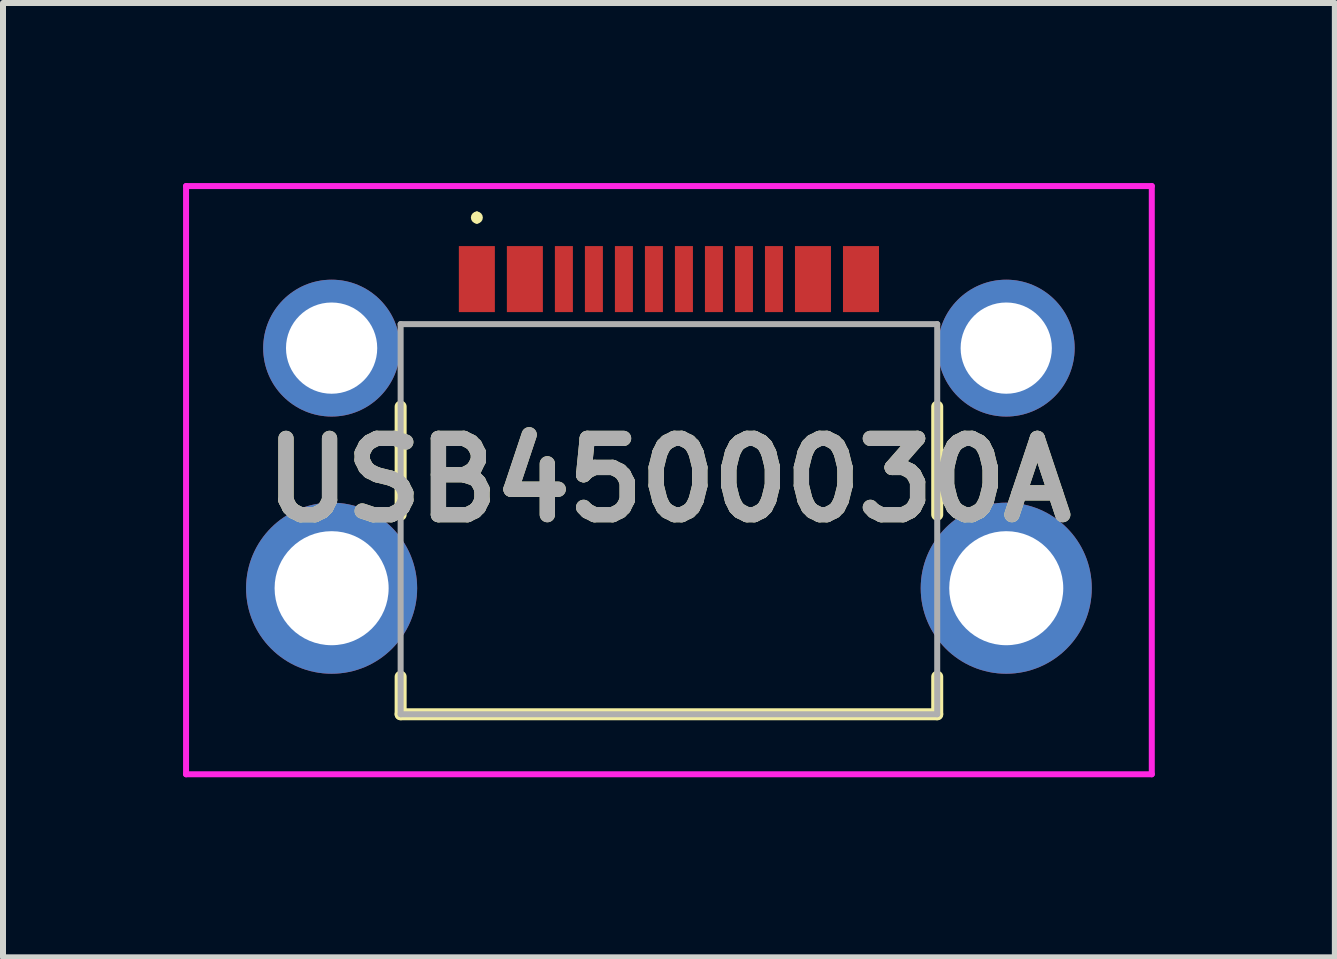
<source format=kicad_pcb>
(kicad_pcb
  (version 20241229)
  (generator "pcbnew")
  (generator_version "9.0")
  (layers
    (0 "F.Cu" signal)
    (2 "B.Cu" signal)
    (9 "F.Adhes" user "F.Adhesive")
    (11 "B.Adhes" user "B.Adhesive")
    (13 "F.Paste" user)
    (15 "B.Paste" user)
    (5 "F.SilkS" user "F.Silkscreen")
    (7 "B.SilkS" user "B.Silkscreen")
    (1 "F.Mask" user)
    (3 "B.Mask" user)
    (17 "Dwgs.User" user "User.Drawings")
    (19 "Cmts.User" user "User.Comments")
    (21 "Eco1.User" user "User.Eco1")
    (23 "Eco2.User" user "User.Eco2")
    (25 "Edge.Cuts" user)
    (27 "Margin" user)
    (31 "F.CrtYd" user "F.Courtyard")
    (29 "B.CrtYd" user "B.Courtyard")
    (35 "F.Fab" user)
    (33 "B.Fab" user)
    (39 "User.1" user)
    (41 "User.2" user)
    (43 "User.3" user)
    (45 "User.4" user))
  (footprint "USB4500030A"
    (layer "F.Cu")
    (at 8.095 5.6)
    (property "Reference" "USB4500030A" (at 0 -0.65 0) (layer "F.SilkS") (effects (font (size 1.27 1.27) (thickness 0.254))))
    (attr through_hole)
    (fp_line (start -4.47 -1.875) (end -4.47 -0.075) (stroke (width 0.2) (type solid)) (layer "F.SilkS"))
    (fp_line (start -4.47 2.625) (end -4.47 3.25) (stroke (width 0.2) (type solid)) (layer "F.SilkS"))
    (fp_line (start -4.47 3.25) (end 4.47 3.25) (stroke (width 0.2) (type solid)) (layer "F.SilkS"))
    (fp_line (start -3.2 -5.075) (end -3.2 -5.075) (stroke (width 0.1) (type solid)) (layer "F.SilkS"))
    (fp_line (start -3.2 -4.975) (end -3.2 -4.975) (stroke (width 0.1) (type solid)) (layer "F.SilkS"))
    (fp_line (start 4.47 -1.875) (end 4.47 -0.075) (stroke (width 0.2) (type solid)) (layer "F.SilkS"))
    (fp_line (start 4.47 3.25) (end 4.47 2.625) (stroke (width 0.2) (type solid)) (layer "F.SilkS"))
    (fp_arc (start -3.2 -5.075) (mid -3.15 -5.025) (end -3.2 -4.975) (stroke (width 0.1) (type solid)) (layer "F.SilkS"))
    (fp_arc (start -3.2 -4.975) (mid -3.25 -5.025) (end -3.2 -5.075) (stroke (width 0.1) (type solid)) (layer "F.SilkS"))
    (fp_line (start -8.045 -5.55) (end 8.045 -5.55) (stroke (width 0.1) (type solid)) (layer "F.CrtYd"))
    (fp_line (start -8.045 4.25) (end -8.045 -5.55) (stroke (width 0.1) (type solid)) (layer "F.CrtYd"))
    (fp_line (start 8.045 -5.55) (end 8.045 4.25) (stroke (width 0.1) (type solid)) (layer "F.CrtYd"))
    (fp_line (start 8.045 4.25) (end -8.045 4.25) (stroke (width 0.1) (type solid)) (layer "F.CrtYd"))
    (fp_line (start -4.47 -3.25) (end 4.47 -3.25) (stroke (width 0.1) (type solid)) (layer "F.Fab"))
    (fp_line (start -4.47 3.25) (end -4.47 -3.25) (stroke (width 0.1) (type solid)) (layer "F.Fab"))
    (fp_line (start 4.47 -3.25) (end 4.47 3.25) (stroke (width 0.1) (type solid)) (layer "F.Fab"))
    (fp_line (start 4.47 3.25) (end -4.47 3.25) (stroke (width 0.1) (type solid)) (layer "F.Fab"))
    (fp_text user "${REFERENCE}" (at 0 -0.65 0) (layer "F.Fab") (effects (font (size 1.27 1.27) (thickness 0.254))))
    (pad "A1" smd rect (at -3.2 -4) (size 0.6 1.1) (layers "F.Cu" "F.Mask" "F.Paste"))
    (pad "A4" smd rect (at -2.4 -4) (size 0.6 1.1) (layers "F.Cu" "F.Mask" "F.Paste"))
    (pad "A5" smd rect (at -1.25 -4) (size 0.3 1.1) (layers "F.Cu" "F.Mask" "F.Paste"))
    (pad "A6" smd rect (at -0.25 -4) (size 0.3 1.1) (layers "F.Cu" "F.Mask" "F.Paste"))
    (pad "A7" smd rect (at 0.25 -4) (size 0.3 1.1) (layers "F.Cu" "F.Mask" "F.Paste"))
    (pad "A8" smd rect (at 1.25 -4) (size 0.3 1.1) (layers "F.Cu" "F.Mask" "F.Paste"))
    (pad "A9" smd rect (at 2.4 -4) (size 0.6 1.1) (layers "F.Cu" "F.Mask" "F.Paste"))
    (pad "A12" smd rect (at 3.2 -4) (size 0.6 1.1) (layers "F.Cu" "F.Mask" "F.Paste"))
    (pad "B5" smd rect (at 1.75 -4) (size 0.3 1.1) (layers "F.Cu" "F.Mask" "F.Paste"))
    (pad "B6" smd rect (at 0.75 -4) (size 0.3 1.1) (layers "F.Cu" "F.Mask" "F.Paste"))
    (pad "B7" smd rect (at -0.75 -4) (size 0.3 1.1) (layers "F.Cu" "F.Mask" "F.Paste"))
    (pad "B8" smd rect (at -1.75 -4) (size 0.3 1.1) (layers "F.Cu" "F.Mask" "F.Paste"))
    (pad "MH1" thru_hole circle (at -5.62 -2.85) (size 2.28 2.28) (drill 1.52) (layers "*.Cu" "*.Mask"))
    (pad "MH2" thru_hole circle (at 5.62 -2.85) (size 2.28 2.28) (drill 1.52) (layers "*.Cu" "*.Mask"))
    (pad "MH3" thru_hole circle (at -5.62 1.15) (size 2.85 2.85) (drill 1.9) (layers "*.Cu" "*.Mask"))
    (pad "MH4" thru_hole circle (at 5.62 1.15) (size 2.85 2.85) (drill 1.9) (layers "*.Cu" "*.Mask")))
  (gr_rect
    (start -3 -3)
    (end 19.19 12.9)
    (stroke (width 0.1) (type default))
    (fill no)
    (layer "Edge.Cuts")))
</source>
